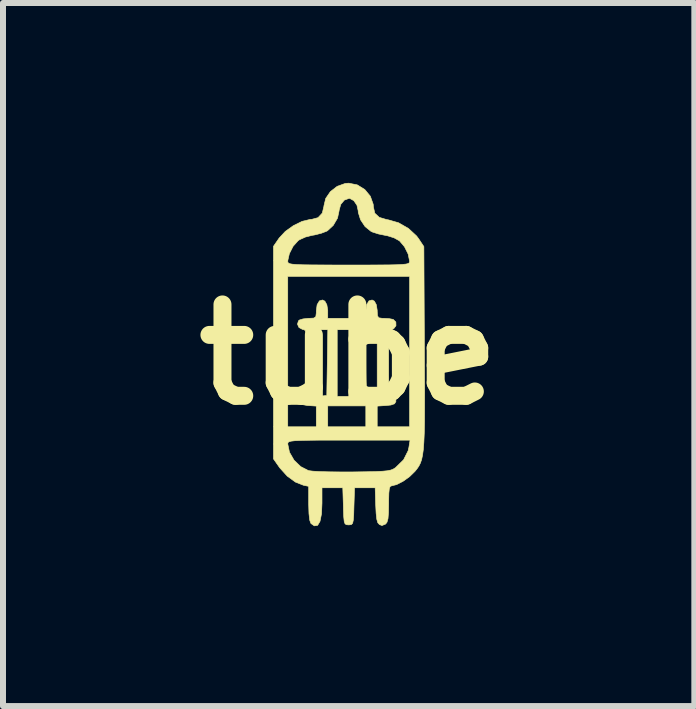
<source format=kicad_pcb>
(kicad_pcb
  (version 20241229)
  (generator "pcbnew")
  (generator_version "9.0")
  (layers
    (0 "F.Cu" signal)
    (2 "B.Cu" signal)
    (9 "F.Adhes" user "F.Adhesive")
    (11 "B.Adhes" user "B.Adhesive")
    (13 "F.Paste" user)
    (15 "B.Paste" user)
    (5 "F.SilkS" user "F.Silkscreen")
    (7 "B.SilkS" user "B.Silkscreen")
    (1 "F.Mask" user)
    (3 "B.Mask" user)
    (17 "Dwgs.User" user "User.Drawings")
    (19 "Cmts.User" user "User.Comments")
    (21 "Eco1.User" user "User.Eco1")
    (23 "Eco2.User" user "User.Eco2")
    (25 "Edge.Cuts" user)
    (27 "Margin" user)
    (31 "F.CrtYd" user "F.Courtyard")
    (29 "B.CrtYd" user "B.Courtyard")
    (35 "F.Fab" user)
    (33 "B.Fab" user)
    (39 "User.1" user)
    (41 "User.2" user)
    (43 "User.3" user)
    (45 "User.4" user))
  (footprint "tube"
    (layer "F.Cu")
    (at 2.765 2.862)
    (property "Reference" "tube" (at 0 0 0) (layer "F.SilkS") (effects (font (size 1.524 1.524) (thickness 0.3))))
    (attr through_hole)
    (fp_poly (pts (xy 0.143 -2.829) (xy 0.268 -2.752) (xy 0.361 -2.64) (xy 0.409 -2.506) (xy 0.413 -2.458) (xy 0.436 -2.356) (xy 0.51 -2.287) (xy 0.637 -2.249) (xy 0.659 -2.246) (xy 0.831 -2.197) (xy 0.997 -2.102) (xy 1.133 -1.976) (xy 1.168 -1.929) (xy 1.254 -1.799) (xy 1.263 -0.113) (xy 1.265 0.277) (xy 1.267 0.609) (xy 1.266 0.889) (xy 1.265 1.121) (xy 1.261 1.311) (xy 1.254 1.464) (xy 1.245 1.585) (xy 1.232 1.68) (xy 1.216 1.755) (xy 1.195 1.814) (xy 1.17 1.863) (xy 1.14 1.907) (xy 1.105 1.95) (xy 1.016 2.037) (xy 0.907 2.115) (xy 0.8 2.17) (xy 0.716 2.191) (xy 0.692 2.201) (xy 0.678 2.238) (xy 0.67 2.314) (xy 0.667 2.439) (xy 0.667 2.488) (xy 0.664 2.639) (xy 0.656 2.738) (xy 0.639 2.798) (xy 0.616 2.828) (xy 0.555 2.853) (xy 0.513 2.836) (xy 0.486 2.806) (xy 0.469 2.748) (xy 0.458 2.649) (xy 0.451 2.513) (xy 0.442 2.223) (xy 0.098 2.223) (xy 0.088 2.532) (xy 0.084 2.674) (xy 0.077 2.764) (xy 0.066 2.814) (xy 0.046 2.836) (xy 0.015 2.841) (xy 0 2.842) (xy -0.036 2.839) (xy -0.06 2.825) (xy -0.074 2.786) (xy -0.082 2.712) (xy -0.087 2.589) (xy -0.088 2.532) (xy -0.098 2.223) (xy -0.445 2.223) (xy -0.445 2.479) (xy -0.453 2.658) (xy -0.478 2.783) (xy -0.518 2.85) (xy -0.573 2.858) (xy -0.629 2.819) (xy -0.649 2.765) (xy -0.662 2.655) (xy -0.667 2.496) (xy -0.667 2.49) (xy -0.667 2.199) (xy -0.754 2.181) (xy -0.888 2.128) (xy -1.025 2.028) (xy -1.146 1.894) (xy -1.158 1.878) (xy -1.254 1.741) (xy -1.254 1.493) (xy -1.016 1.493) (xy -0.987 1.631) (xy -0.911 1.763) (xy -0.8 1.87) (xy -0.671 1.936) (xy -0.661 1.938) (xy -0.597 1.946) (xy -0.481 1.953) (xy -0.326 1.957) (xy -0.142 1.959) (xy 0.057 1.959) (xy 0.069 1.959) (xy 0.285 1.956) (xy 0.448 1.953) (xy 0.565 1.947) (xy 0.648 1.939) (xy 0.705 1.927) (xy 0.746 1.91) (xy 0.781 1.888) (xy 0.782 1.887) (xy 0.916 1.756) (xy 0.992 1.605) (xy 1.005 1.547) (xy 1.024 1.429) (xy 0.004 1.429) (xy -0.277 1.429) (xy -0.501 1.429) (xy -0.674 1.431) (xy -0.804 1.434) (xy -0.896 1.438) (xy -0.956 1.445) (xy -0.992 1.454) (xy -1.01 1.466) (xy -1.015 1.481) (xy -1.016 1.493) (xy -1.254 1.493) (xy -1.254 -1.302) (xy -1.016 -1.302) (xy -1.016 1.206) (xy -0.54 1.206) (xy -0.54 0.861) (xy -0.594 0.857) (xy -0.349 0.857) (xy -0.349 1.206) (xy 0.286 1.206) (xy 0.286 0.857) (xy -0.349 0.857) (xy -0.594 0.857) (xy -0.69 0.851) (xy -0.793 0.832) (xy -0.85 0.797) (xy -0.856 0.753) (xy -0.805 0.71) (xy -0.78 0.699) (xy -0.699 0.668) (xy -0.699 0.13) (xy -0.699 -0.066) (xy -0.7 -0.208) (xy -0.704 -0.304) (xy -0.712 -0.365) (xy -0.724 -0.398) (xy -0.742 -0.412) (xy -0.744 -0.413) (xy -0.54 -0.413) (xy -0.54 0.703) (xy -0.452 0.693) (xy -0.365 0.683) (xy -0.356 0.135) (xy -0.348 -0.413) (xy -0.191 -0.413) (xy -0.191 0.699) (xy 0.127 0.699) (xy 0.127 -0.413) (xy 0.286 -0.413) (xy 0.286 0.122) (xy 0.287 0.3) (xy 0.29 0.455) (xy 0.295 0.577) (xy 0.302 0.655) (xy 0.307 0.677) (xy 0.352 0.694) (xy 0.402 0.699) (xy 0.476 0.699) (xy 0.476 -0.413) (xy 0.286 -0.413) (xy 0.127 -0.413) (xy -0.191 -0.413) (xy -0.348 -0.413) (xy -0.54 -0.413) (xy -0.744 -0.413) (xy -0.768 -0.418) (xy -0.77 -0.418) (xy -0.829 -0.45) (xy -0.854 -0.506) (xy -0.837 -0.561) (xy -0.821 -0.575) (xy -0.762 -0.593) (xy -0.673 -0.603) (xy -0.659 -0.603) (xy -0.582 -0.607) (xy -0.548 -0.63) (xy -0.54 -0.692) (xy -0.54 -0.726) (xy -0.526 -0.83) (xy -0.488 -0.894) (xy -0.435 -0.909) (xy -0.397 -0.889) (xy -0.364 -0.83) (xy -0.349 -0.737) (xy -0.349 -0.726) (xy -0.349 -0.603) (xy 0.286 -0.603) (xy 0.286 -0.726) (xy 0.3 -0.83) (xy 0.338 -0.894) (xy 0.391 -0.909) (xy 0.429 -0.889) (xy 0.461 -0.83) (xy 0.476 -0.737) (xy 0.476 -0.726) (xy 0.48 -0.647) (xy 0.502 -0.612) (xy 0.559 -0.603) (xy 0.585 -0.603) (xy 0.675 -0.598) (xy 0.742 -0.585) (xy 0.744 -0.584) (xy 0.787 -0.541) (xy 0.789 -0.48) (xy 0.752 -0.431) (xy 0.73 -0.422) (xy 0.707 -0.413) (xy 0.691 -0.393) (xy 0.679 -0.354) (xy 0.672 -0.285) (xy 0.668 -0.179) (xy 0.667 -0.027) (xy 0.667 0.143) (xy 0.667 0.341) (xy 0.669 0.486) (xy 0.673 0.584) (xy 0.68 0.647) (xy 0.693 0.683) (xy 0.71 0.7) (xy 0.733 0.708) (xy 0.785 0.745) (xy 0.788 0.784) (xy 0.765 0.822) (xy 0.704 0.843) (xy 0.627 0.851) (xy 0.476 0.861) (xy 0.476 1.206) (xy 1.016 1.206) (xy 1.016 -1.302) (xy -1.016 -1.302) (xy -1.254 -1.302) (xy -1.254 -1.557) (xy -1.016 -1.557) (xy -1.014 -1.539) (xy -1.005 -1.525) (xy -0.982 -1.514) (xy -0.939 -1.506) (xy -0.868 -1.5) (xy -0.764 -1.496) (xy -0.621 -1.494) (xy -0.431 -1.493) (xy -0.188 -1.492) (xy 0 -1.492) (xy 0.28 -1.492) (xy 0.504 -1.493) (xy 0.677 -1.494) (xy 0.806 -1.497) (xy 0.897 -1.502) (xy 0.957 -1.508) (xy 0.992 -1.517) (xy 1.01 -1.529) (xy 1.015 -1.545) (xy 1.016 -1.557) (xy 0.992 -1.675) (xy 0.931 -1.797) (xy 0.849 -1.894) (xy 0.843 -1.898) (xy 0.758 -1.945) (xy 0.647 -1.98) (xy 0.609 -1.987) (xy 0.497 -2.01) (xy 0.397 -2.042) (xy 0.372 -2.054) (xy 0.274 -2.133) (xy 0.198 -2.247) (xy 0.16 -2.37) (xy 0.159 -2.395) (xy 0.138 -2.489) (xy 0.086 -2.565) (xy 0.018 -2.603) (xy 0.006 -2.603) (xy -0.072 -2.575) (xy -0.132 -2.503) (xy -0.159 -2.408) (xy -0.159 -2.4) (xy -0.186 -2.274) (xy -0.257 -2.153) (xy -0.354 -2.063) (xy -0.372 -2.054) (xy -0.459 -2.021) (xy -0.571 -1.993) (xy -0.609 -1.987) (xy -0.72 -1.959) (xy -0.818 -1.915) (xy -0.843 -1.898) (xy -0.927 -1.804) (xy -0.989 -1.682) (xy -1.016 -1.563) (xy -1.016 -1.557) (xy -1.254 -1.557) (xy -1.254 -1.804) (xy -1.159 -1.942) (xy -1.057 -2.052) (xy -0.923 -2.148) (xy -0.777 -2.22) (xy -0.64 -2.253) (xy -0.615 -2.254) (xy -0.511 -2.282) (xy -0.44 -2.358) (xy -0.413 -2.47) (xy -0.413 -2.476) (xy -0.383 -2.602) (xy -0.305 -2.716) (xy -0.192 -2.804) (xy -0.059 -2.852) (xy -0.000001 -2.857) (xy 0.143 -2.829)) (stroke (width 0.01) (type solid)) (fill yes) (layer "F.SilkS")))
  (gr_rect
    (start -3 -3)
    (end 8.53 8.726)
    (stroke (width 0.1) (type default))
    (fill no)
    (layer "Edge.Cuts")))
</source>
